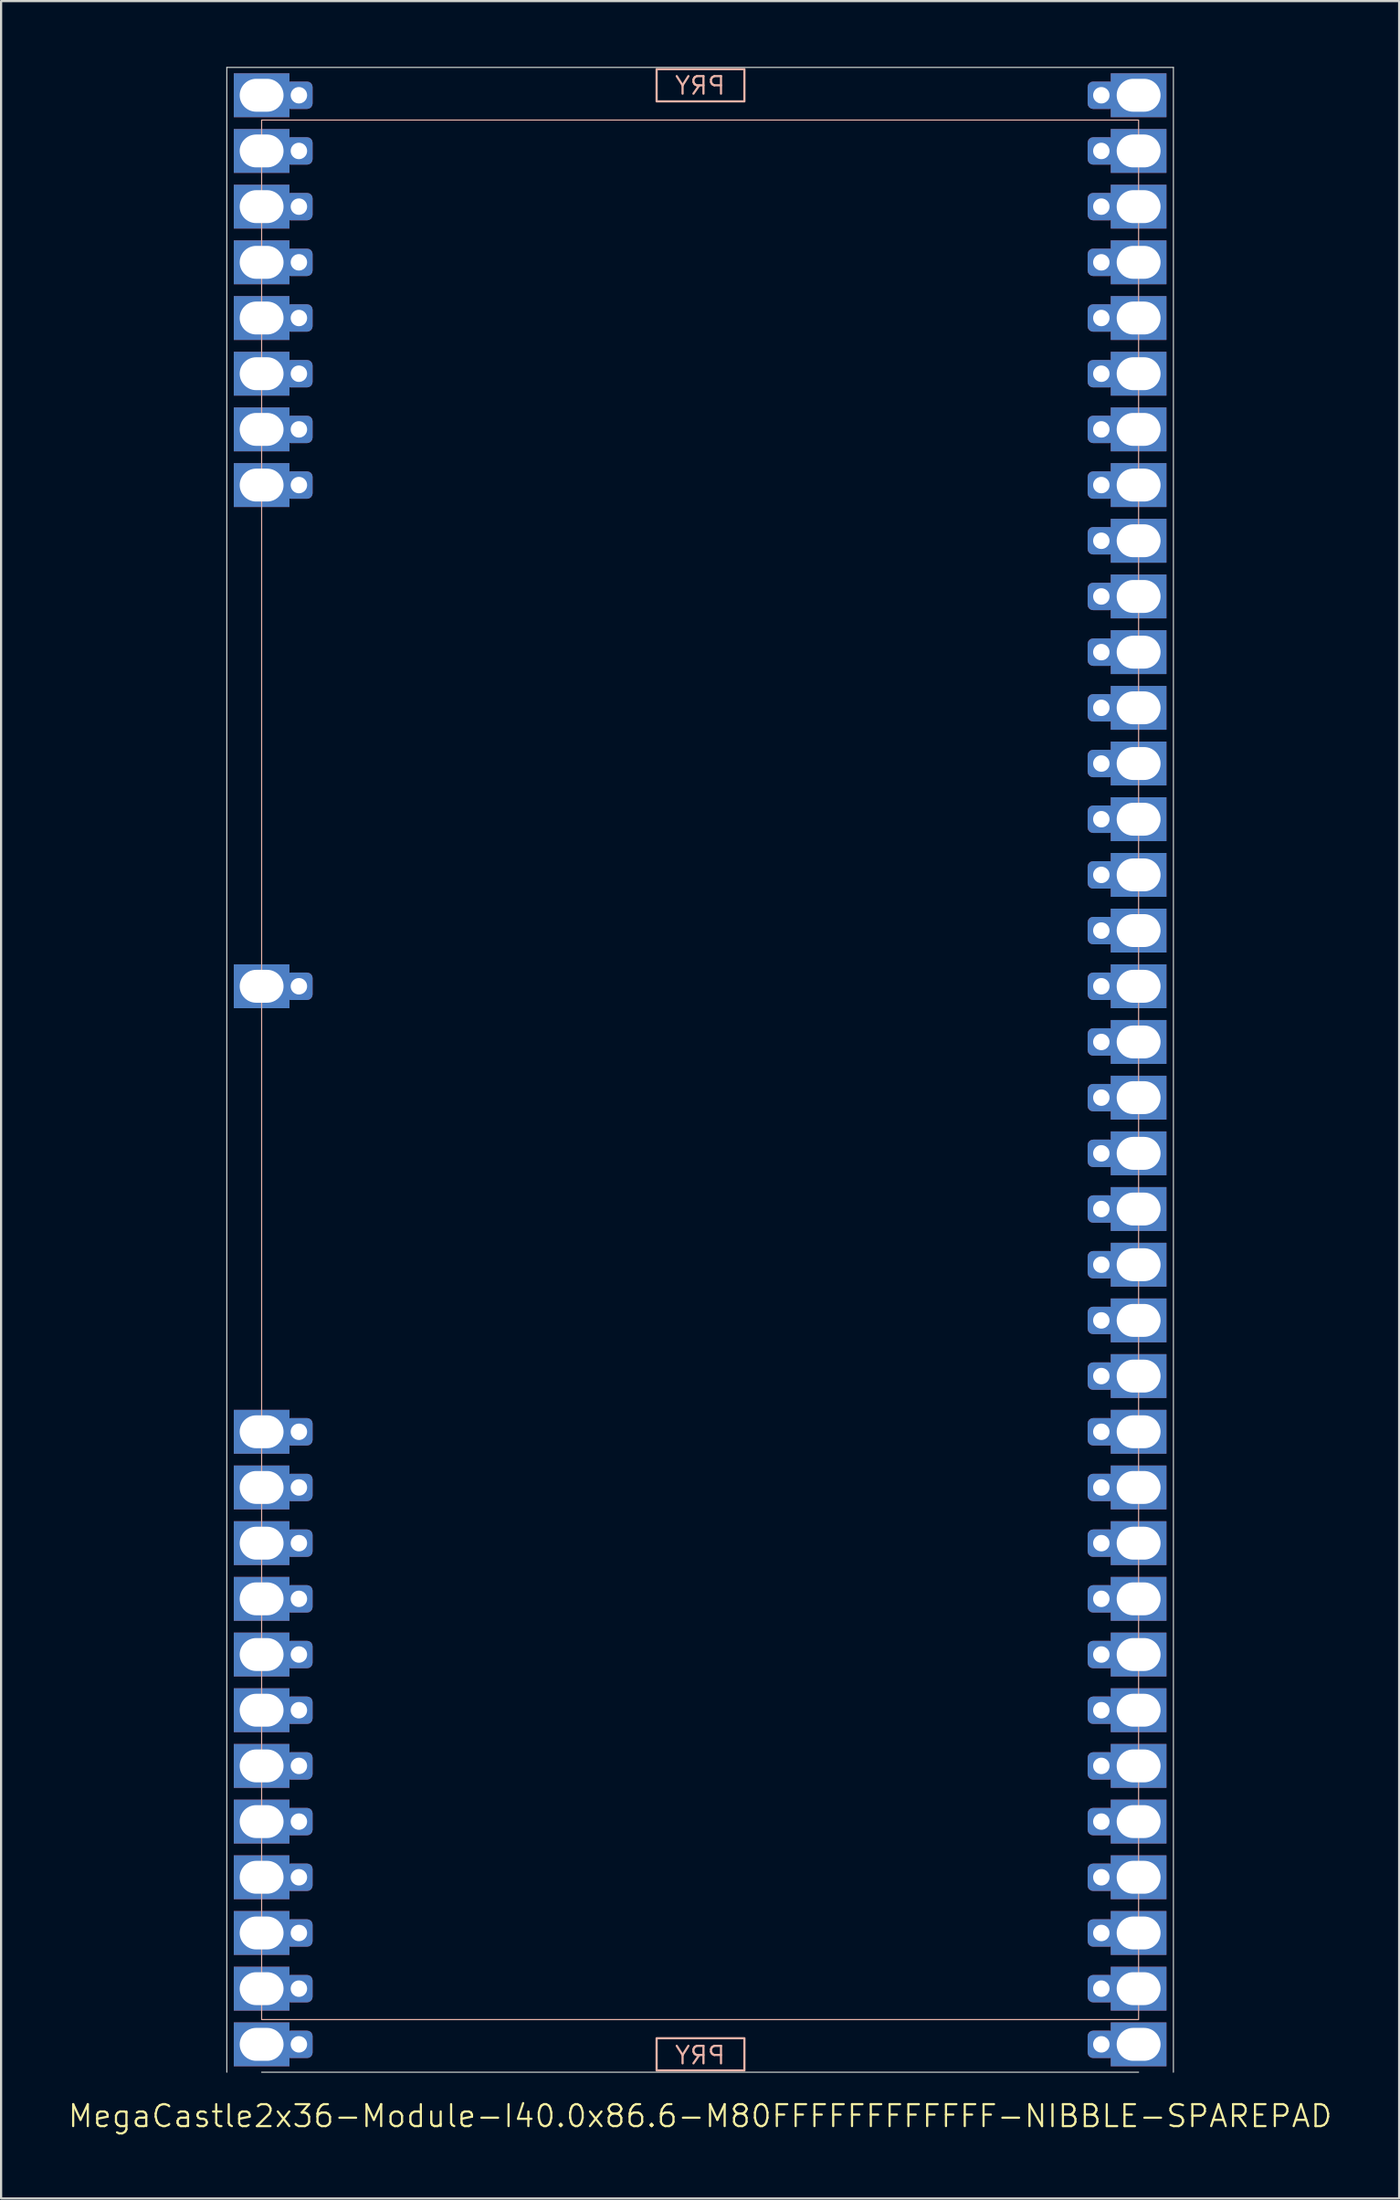
<source format=kicad_pcb>
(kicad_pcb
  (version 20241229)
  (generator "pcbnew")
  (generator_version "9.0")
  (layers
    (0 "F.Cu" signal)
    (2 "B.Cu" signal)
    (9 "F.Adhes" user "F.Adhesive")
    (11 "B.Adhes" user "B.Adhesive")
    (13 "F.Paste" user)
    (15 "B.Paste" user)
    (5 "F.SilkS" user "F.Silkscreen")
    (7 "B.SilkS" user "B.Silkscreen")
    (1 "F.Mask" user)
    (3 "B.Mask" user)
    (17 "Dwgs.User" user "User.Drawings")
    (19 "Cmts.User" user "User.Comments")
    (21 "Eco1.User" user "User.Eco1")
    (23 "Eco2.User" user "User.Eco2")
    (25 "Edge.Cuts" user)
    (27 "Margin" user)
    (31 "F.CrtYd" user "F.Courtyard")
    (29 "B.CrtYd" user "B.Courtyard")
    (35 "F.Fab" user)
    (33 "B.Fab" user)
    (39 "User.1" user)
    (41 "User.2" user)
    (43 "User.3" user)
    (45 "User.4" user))
  (footprint "MegaCastle2x36-Module-I40.0x86.6-M80FFFFFFFFFFFF-NIBBLE-SPAREPAD"
    (layer "F.Cu")
    (at 28.883 45.745)
    (property "Reference" "MegaCastle2x36-Module-I40.0x86.6-M80FFFFFFFFFFFF-NIBBLE-SPAREPAD" (at 0 47.72 0) (unlocked yes) (layer "F.SilkS") (effects (font (size 1 1) (thickness 0.1))))
    (attr smd)
    (fp_rect (start -20 43.32) (end 20 -43.32) (stroke (width 0.05) (type default)) (fill no) (layer "B.SilkS"))
    (fp_rect (start -1.984 -44.171) (end 2.02 -45.64) (stroke (width 0.1) (type default)) (fill no) (layer "B.SilkS"))
    (fp_rect (start -1.984 44.171) (end 2.02 45.64) (stroke (width 0.1) (type default)) (fill no) (layer "B.SilkS"))
    (fp_line (start -21.587 -45.72) (end -21.587 45.72) (stroke (width 0.05) (type default)) (layer "Edge.Cuts"))
    (fp_line (start -21.587 -45.72) (end 21.587 -45.72) (stroke (width 0.05) (type default)) (layer "Edge.Cuts"))
    (fp_line (start -20 45.72) (end 20 45.72) (stroke (width 0.05) (type default)) (layer "Edge.Cuts"))
    (fp_line (start 21.587 -45.72) (end 21.587 45.72) (stroke (width 0.05) (type default)) (layer "Edge.Cuts"))
    (fp_text user "PRY" (at 0 45.42 0) (unlocked yes) (layer "B.SilkS") (effects (font (size 0.8 0.8) (thickness 0.1)) (justify bottom mirror)))
    (fp_text user "PRY" (at 0 -44.42 0) (unlocked yes) (layer "B.SilkS") (effects (font (size 0.8 0.8) (thickness 0.1)) (justify bottom mirror)))
    (pad "1" thru_hole rect (at -20 -44.45) (size 2.54 2) (drill oval 2 1.5) (property pad_prop_castellated) (layers "*.Cu" "*.Mask"))
    (pad "1" thru_hole roundrect (at -18.3 -44.45 180) (size 1.25 1.25) (drill 0.75) (layers "*.Cu" "*.Mask") (roundrect_rratio 0.2))
    (pad "2" thru_hole rect (at -20 -41.91) (size 2.54 2) (drill oval 2 1.5) (property pad_prop_castellated) (layers "*.Cu" "*.Mask"))
    (pad "2" thru_hole roundrect (at -18.3 -41.91 180) (size 1.25 1.25) (drill 0.75) (layers "*.Cu" "*.Mask") (roundrect_rratio 0.2))
    (pad "3" thru_hole rect (at -20 -39.37) (size 2.54 2) (drill oval 2 1.5) (property pad_prop_castellated) (layers "*.Cu" "*.Mask"))
    (pad "3" thru_hole roundrect (at -18.3 -39.37 180) (size 1.25 1.25) (drill 0.75) (layers "*.Cu" "*.Mask") (roundrect_rratio 0.2))
    (pad "4" thru_hole rect (at -20 -36.83) (size 2.54 2) (drill oval 2 1.5) (property pad_prop_castellated) (layers "*.Cu" "*.Mask"))
    (pad "4" thru_hole roundrect (at -18.3 -36.83 180) (size 1.25 1.25) (drill 0.75) (layers "*.Cu" "*.Mask") (roundrect_rratio 0.2))
    (pad "5" thru_hole rect (at -20 -34.29) (size 2.54 2) (drill oval 2 1.5) (property pad_prop_castellated) (layers "*.Cu" "*.Mask"))
    (pad "5" thru_hole roundrect (at -18.3 -34.29 180) (size 1.25 1.25) (drill 0.75) (layers "*.Cu" "*.Mask") (roundrect_rratio 0.2))
    (pad "6" thru_hole rect (at -20 -31.75) (size 2.54 2) (drill oval 2 1.5) (property pad_prop_castellated) (layers "*.Cu" "*.Mask"))
    (pad "6" thru_hole roundrect (at -18.3 -31.75 180) (size 1.25 1.25) (drill 0.75) (layers "*.Cu" "*.Mask") (roundrect_rratio 0.2))
    (pad "7" thru_hole rect (at -20 -29.21) (size 2.54 2) (drill oval 2 1.5) (property pad_prop_castellated) (layers "*.Cu" "*.Mask"))
    (pad "7" thru_hole roundrect (at -18.3 -29.21 180) (size 1.25 1.25) (drill 0.75) (layers "*.Cu" "*.Mask") (roundrect_rratio 0.2))
    (pad "8" thru_hole rect (at -20 -26.67) (size 2.54 2) (drill oval 2 1.5) (property pad_prop_castellated) (layers "*.Cu" "*.Mask"))
    (pad "8" thru_hole roundrect (at -18.3 -26.67 180) (size 1.25 1.25) (drill 0.75) (layers "*.Cu" "*.Mask") (roundrect_rratio 0.2))
    (pad "17" thru_hole rect (at -20 -3.81) (size 2.54 2) (drill oval 2 1.5) (property pad_prop_castellated) (layers "*.Cu" "*.Mask"))
    (pad "17" thru_hole roundrect (at -18.3 -3.81 180) (size 1.25 1.25) (drill 0.75) (layers "*.Cu" "*.Mask") (roundrect_rratio 0.2))
    (pad "25" thru_hole rect (at -20 16.51) (size 2.54 2) (drill oval 2 1.5) (property pad_prop_castellated) (layers "*.Cu" "*.Mask"))
    (pad "25" thru_hole roundrect (at -18.3 16.51 180) (size 1.25 1.25) (drill 0.75) (layers "*.Cu" "*.Mask") (roundrect_rratio 0.2))
    (pad "26" thru_hole rect (at -20 19.05) (size 2.54 2) (drill oval 2 1.5) (property pad_prop_castellated) (layers "*.Cu" "*.Mask"))
    (pad "26" thru_hole roundrect (at -18.3 19.05 180) (size 1.25 1.25) (drill 0.75) (layers "*.Cu" "*.Mask") (roundrect_rratio 0.2))
    (pad "27" thru_hole rect (at -20 21.59) (size 2.54 2) (drill oval 2 1.5) (property pad_prop_castellated) (layers "*.Cu" "*.Mask"))
    (pad "27" thru_hole roundrect (at -18.3 21.59 180) (size 1.25 1.25) (drill 0.75) (layers "*.Cu" "*.Mask") (roundrect_rratio 0.2))
    (pad "28" thru_hole rect (at -20 24.13) (size 2.54 2) (drill oval 2 1.5) (property pad_prop_castellated) (layers "*.Cu" "*.Mask"))
    (pad "28" thru_hole roundrect (at -18.3 24.13 180) (size 1.25 1.25) (drill 0.75) (layers "*.Cu" "*.Mask") (roundrect_rratio 0.2))
    (pad "29" thru_hole rect (at -20 26.67) (size 2.54 2) (drill oval 2 1.5) (property pad_prop_castellated) (layers "*.Cu" "*.Mask"))
    (pad "29" thru_hole roundrect (at -18.3 26.67 180) (size 1.25 1.25) (drill 0.75) (layers "*.Cu" "*.Mask") (roundrect_rratio 0.2))
    (pad "30" thru_hole rect (at -20 29.21) (size 2.54 2) (drill oval 2 1.5) (property pad_prop_castellated) (layers "*.Cu" "*.Mask"))
    (pad "30" thru_hole roundrect (at -18.3 29.21 180) (size 1.25 1.25) (drill 0.75) (layers "*.Cu" "*.Mask") (roundrect_rratio 0.2))
    (pad "31" thru_hole rect (at -20 31.75) (size 2.54 2) (drill oval 2 1.5) (property pad_prop_castellated) (layers "*.Cu" "*.Mask"))
    (pad "31" thru_hole roundrect (at -18.3 31.75 180) (size 1.25 1.25) (drill 0.75) (layers "*.Cu" "*.Mask") (roundrect_rratio 0.2))
    (pad "32" thru_hole rect (at -20 34.29) (size 2.54 2) (drill oval 2 1.5) (property pad_prop_castellated) (layers "*.Cu" "*.Mask"))
    (pad "32" thru_hole roundrect (at -18.3 34.29 180) (size 1.25 1.25) (drill 0.75) (layers "*.Cu" "*.Mask") (roundrect_rratio 0.2))
    (pad "33" thru_hole rect (at -20 36.83) (size 2.54 2) (drill oval 2 1.5) (property pad_prop_castellated) (layers "*.Cu" "*.Mask"))
    (pad "33" thru_hole roundrect (at -18.3 36.83 180) (size 1.25 1.25) (drill 0.75) (layers "*.Cu" "*.Mask") (roundrect_rratio 0.2))
    (pad "34" thru_hole rect (at -20 39.37) (size 2.54 2) (drill oval 2 1.5) (property pad_prop_castellated) (layers "*.Cu" "*.Mask"))
    (pad "34" thru_hole roundrect (at -18.3 39.37 180) (size 1.25 1.25) (drill 0.75) (layers "*.Cu" "*.Mask") (roundrect_rratio 0.2))
    (pad "35" thru_hole rect (at -20 41.91) (size 2.54 2) (drill oval 2 1.5) (property pad_prop_castellated) (layers "*.Cu" "*.Mask"))
    (pad "35" thru_hole roundrect (at -18.3 41.91 180) (size 1.25 1.25) (drill 0.75) (layers "*.Cu" "*.Mask") (roundrect_rratio 0.2))
    (pad "36" thru_hole rect (at -20 44.45) (size 2.54 2) (drill oval 2 1.5) (property pad_prop_castellated) (layers "*.Cu" "*.Mask"))
    (pad "36" thru_hole roundrect (at -18.3 44.45 180) (size 1.25 1.25) (drill 0.75) (layers "*.Cu" "*.Mask") (roundrect_rratio 0.2))
    (pad "37" thru_hole roundrect (at 18.3 -44.45 180) (size 1.25 1.25) (drill 0.75) (layers "*.Cu" "*.Mask") (roundrect_rratio 0.2))
    (pad "37" thru_hole rect (at 20 -44.45) (size 2.54 2) (drill oval 2 1.5) (property pad_prop_castellated) (layers "*.Cu" "*.Mask"))
    (pad "38" thru_hole roundrect (at 18.3 -41.91 180) (size 1.25 1.25) (drill 0.75) (layers "*.Cu" "*.Mask") (roundrect_rratio 0.2))
    (pad "38" thru_hole rect (at 20 -41.91) (size 2.54 2) (drill oval 2 1.5) (property pad_prop_castellated) (layers "*.Cu" "*.Mask"))
    (pad "39" thru_hole roundrect (at 18.3 -39.37 180) (size 1.25 1.25) (drill 0.75) (layers "*.Cu" "*.Mask") (roundrect_rratio 0.2))
    (pad "39" thru_hole rect (at 20 -39.37) (size 2.54 2) (drill oval 2 1.5) (property pad_prop_castellated) (layers "*.Cu" "*.Mask"))
    (pad "40" thru_hole roundrect (at 18.3 -36.83 180) (size 1.25 1.25) (drill 0.75) (layers "*.Cu" "*.Mask") (roundrect_rratio 0.2))
    (pad "40" thru_hole rect (at 20 -36.83) (size 2.54 2) (drill oval 2 1.5) (property pad_prop_castellated) (layers "*.Cu" "*.Mask"))
    (pad "41" thru_hole roundrect (at 18.3 -34.29 180) (size 1.25 1.25) (drill 0.75) (layers "*.Cu" "*.Mask") (roundrect_rratio 0.2))
    (pad "41" thru_hole rect (at 20 -34.29) (size 2.54 2) (drill oval 2 1.5) (property pad_prop_castellated) (layers "*.Cu" "*.Mask"))
    (pad "42" thru_hole roundrect (at 18.3 -31.75 180) (size 1.25 1.25) (drill 0.75) (layers "*.Cu" "*.Mask") (roundrect_rratio 0.2))
    (pad "42" thru_hole rect (at 20 -31.75) (size 2.54 2) (drill oval 2 1.5) (property pad_prop_castellated) (layers "*.Cu" "*.Mask"))
    (pad "43" thru_hole roundrect (at 18.3 -29.21 180) (size 1.25 1.25) (drill 0.75) (layers "*.Cu" "*.Mask") (roundrect_rratio 0.2))
    (pad "43" thru_hole rect (at 20 -29.21) (size 2.54 2) (drill oval 2 1.5) (property pad_prop_castellated) (layers "*.Cu" "*.Mask"))
    (pad "44" thru_hole roundrect (at 18.3 -26.67 180) (size 1.25 1.25) (drill 0.75) (layers "*.Cu" "*.Mask") (roundrect_rratio 0.2))
    (pad "44" thru_hole rect (at 20 -26.67) (size 2.54 2) (drill oval 2 1.5) (property pad_prop_castellated) (layers "*.Cu" "*.Mask"))
    (pad "45" thru_hole roundrect (at 18.3 -24.13 180) (size 1.25 1.25) (drill 0.75) (layers "*.Cu" "*.Mask") (roundrect_rratio 0.2))
    (pad "45" thru_hole rect (at 20 -24.13) (size 2.54 2) (drill oval 2 1.5) (property pad_prop_castellated) (layers "*.Cu" "*.Mask"))
    (pad "46" thru_hole roundrect (at 18.3 -21.59 180) (size 1.25 1.25) (drill 0.75) (layers "*.Cu" "*.Mask") (roundrect_rratio 0.2))
    (pad "46" thru_hole rect (at 20 -21.59) (size 2.54 2) (drill oval 2 1.5) (property pad_prop_castellated) (layers "*.Cu" "*.Mask"))
    (pad "47" thru_hole roundrect (at 18.3 -19.05 180) (size 1.25 1.25) (drill 0.75) (layers "*.Cu" "*.Mask") (roundrect_rratio 0.2))
    (pad "47" thru_hole rect (at 20 -19.05) (size 2.54 2) (drill oval 2 1.5) (property pad_prop_castellated) (layers "*.Cu" "*.Mask"))
    (pad "48" thru_hole roundrect (at 18.3 -16.51 180) (size 1.25 1.25) (drill 0.75) (layers "*.Cu" "*.Mask") (roundrect_rratio 0.2))
    (pad "48" thru_hole rect (at 20 -16.51) (size 2.54 2) (drill oval 2 1.5) (property pad_prop_castellated) (layers "*.Cu" "*.Mask"))
    (pad "49" thru_hole roundrect (at 18.3 -13.97 180) (size 1.25 1.25) (drill 0.75) (layers "*.Cu" "*.Mask") (roundrect_rratio 0.2))
    (pad "49" thru_hole rect (at 20 -13.97) (size 2.54 2) (drill oval 2 1.5) (property pad_prop_castellated) (layers "*.Cu" "*.Mask"))
    (pad "50" thru_hole roundrect (at 18.3 -11.43 180) (size 1.25 1.25) (drill 0.75) (layers "*.Cu" "*.Mask") (roundrect_rratio 0.2))
    (pad "50" thru_hole rect (at 20 -11.43) (size 2.54 2) (drill oval 2 1.5) (property pad_prop_castellated) (layers "*.Cu" "*.Mask"))
    (pad "51" thru_hole roundrect (at 18.3 -8.89 180) (size 1.25 1.25) (drill 0.75) (layers "*.Cu" "*.Mask") (roundrect_rratio 0.2))
    (pad "51" thru_hole rect (at 20 -8.89) (size 2.54 2) (drill oval 2 1.5) (property pad_prop_castellated) (layers "*.Cu" "*.Mask"))
    (pad "52" thru_hole roundrect (at 18.3 -6.35 180) (size 1.25 1.25) (drill 0.75) (layers "*.Cu" "*.Mask") (roundrect_rratio 0.2))
    (pad "52" thru_hole rect (at 20 -6.35) (size 2.54 2) (drill oval 2 1.5) (property pad_prop_castellated) (layers "*.Cu" "*.Mask"))
    (pad "53" thru_hole roundrect (at 18.3 -3.81 180) (size 1.25 1.25) (drill 0.75) (layers "*.Cu" "*.Mask") (roundrect_rratio 0.2))
    (pad "53" thru_hole rect (at 20 -3.81) (size 2.54 2) (drill oval 2 1.5) (property pad_prop_castellated) (layers "*.Cu" "*.Mask"))
    (pad "54" thru_hole roundrect (at 18.3 -1.27 180) (size 1.25 1.25) (drill 0.75) (layers "*.Cu" "*.Mask") (roundrect_rratio 0.2))
    (pad "54" thru_hole rect (at 20 -1.27) (size 2.54 2) (drill oval 2 1.5) (property pad_prop_castellated) (layers "*.Cu" "*.Mask"))
    (pad "55" thru_hole roundrect (at 18.3 1.27 180) (size 1.25 1.25) (drill 0.75) (layers "*.Cu" "*.Mask") (roundrect_rratio 0.2))
    (pad "55" thru_hole rect (at 20 1.27) (size 2.54 2) (drill oval 2 1.5) (property pad_prop_castellated) (layers "*.Cu" "*.Mask"))
    (pad "56" thru_hole roundrect (at 18.3 3.81 180) (size 1.25 1.25) (drill 0.75) (layers "*.Cu" "*.Mask") (roundrect_rratio 0.2))
    (pad "56" thru_hole rect (at 20 3.81) (size 2.54 2) (drill oval 2 1.5) (property pad_prop_castellated) (layers "*.Cu" "*.Mask"))
    (pad "57" thru_hole roundrect (at 18.3 6.35 180) (size 1.25 1.25) (drill 0.75) (layers "*.Cu" "*.Mask") (roundrect_rratio 0.2))
    (pad "57" thru_hole rect (at 20 6.35) (size 2.54 2) (drill oval 2 1.5) (property pad_prop_castellated) (layers "*.Cu" "*.Mask"))
    (pad "58" thru_hole roundrect (at 18.3 8.89 180) (size 1.25 1.25) (drill 0.75) (layers "*.Cu" "*.Mask") (roundrect_rratio 0.2))
    (pad "58" thru_hole rect (at 20 8.89) (size 2.54 2) (drill oval 2 1.5) (property pad_prop_castellated) (layers "*.Cu" "*.Mask"))
    (pad "59" thru_hole roundrect (at 18.3 11.43 180) (size 1.25 1.25) (drill 0.75) (layers "*.Cu" "*.Mask") (roundrect_rratio 0.2))
    (pad "59" thru_hole rect (at 20 11.43) (size 2.54 2) (drill oval 2 1.5) (property pad_prop_castellated) (layers "*.Cu" "*.Mask"))
    (pad "60" thru_hole roundrect (at 18.3 13.97 180) (size 1.25 1.25) (drill 0.75) (layers "*.Cu" "*.Mask") (roundrect_rratio 0.2))
    (pad "60" thru_hole rect (at 20 13.97) (size 2.54 2) (drill oval 2 1.5) (property pad_prop_castellated) (layers "*.Cu" "*.Mask"))
    (pad "61" thru_hole roundrect (at 18.3 16.51 180) (size 1.25 1.25) (drill 0.75) (layers "*.Cu" "*.Mask") (roundrect_rratio 0.2))
    (pad "61" thru_hole rect (at 20 16.51) (size 2.54 2) (drill oval 2 1.5) (property pad_prop_castellated) (layers "*.Cu" "*.Mask"))
    (pad "62" thru_hole roundrect (at 18.3 19.05 180) (size 1.25 1.25) (drill 0.75) (layers "*.Cu" "*.Mask") (roundrect_rratio 0.2))
    (pad "62" thru_hole rect (at 20 19.05) (size 2.54 2) (drill oval 2 1.5) (property pad_prop_castellated) (layers "*.Cu" "*.Mask"))
    (pad "63" thru_hole roundrect (at 18.3 21.59 180) (size 1.25 1.25) (drill 0.75) (layers "*.Cu" "*.Mask") (roundrect_rratio 0.2))
    (pad "63" thru_hole rect (at 20 21.59) (size 2.54 2) (drill oval 2 1.5) (property pad_prop_castellated) (layers "*.Cu" "*.Mask"))
    (pad "64" thru_hole roundrect (at 18.3 24.13 180) (size 1.25 1.25) (drill 0.75) (layers "*.Cu" "*.Mask") (roundrect_rratio 0.2))
    (pad "64" thru_hole rect (at 20 24.13) (size 2.54 2) (drill oval 2 1.5) (property pad_prop_castellated) (layers "*.Cu" "*.Mask"))
    (pad "65" thru_hole roundrect (at 18.3 26.67 180) (size 1.25 1.25) (drill 0.75) (layers "*.Cu" "*.Mask") (roundrect_rratio 0.2))
    (pad "65" thru_hole rect (at 20 26.67) (size 2.54 2) (drill oval 2 1.5) (property pad_prop_castellated) (layers "*.Cu" "*.Mask"))
    (pad "66" thru_hole roundrect (at 18.3 29.21 180) (size 1.25 1.25) (drill 0.75) (layers "*.Cu" "*.Mask") (roundrect_rratio 0.2))
    (pad "66" thru_hole rect (at 20 29.21) (size 2.54 2) (drill oval 2 1.5) (property pad_prop_castellated) (layers "*.Cu" "*.Mask"))
    (pad "67" thru_hole roundrect (at 18.3 31.75 180) (size 1.25 1.25) (drill 0.75) (layers "*.Cu" "*.Mask") (roundrect_rratio 0.2))
    (pad "67" thru_hole rect (at 20 31.75) (size 2.54 2) (drill oval 2 1.5) (property pad_prop_castellated) (layers "*.Cu" "*.Mask"))
    (pad "68" thru_hole roundrect (at 18.3 34.29 180) (size 1.25 1.25) (drill 0.75) (layers "*.Cu" "*.Mask") (roundrect_rratio 0.2))
    (pad "68" thru_hole rect (at 20 34.29) (size 2.54 2) (drill oval 2 1.5) (property pad_prop_castellated) (layers "*.Cu" "*.Mask"))
    (pad "69" thru_hole roundrect (at 18.3 36.83 180) (size 1.25 1.25) (drill 0.75) (layers "*.Cu" "*.Mask") (roundrect_rratio 0.2))
    (pad "69" thru_hole rect (at 20 36.83) (size 2.54 2) (drill oval 2 1.5) (property pad_prop_castellated) (layers "*.Cu" "*.Mask"))
    (pad "70" thru_hole roundrect (at 18.3 39.37 180) (size 1.25 1.25) (drill 0.75) (layers "*.Cu" "*.Mask") (roundrect_rratio 0.2))
    (pad "70" thru_hole rect (at 20 39.37) (size 2.54 2) (drill oval 2 1.5) (property pad_prop_castellated) (layers "*.Cu" "*.Mask"))
    (pad "71" thru_hole roundrect (at 18.3 41.91 180) (size 1.25 1.25) (drill 0.75) (layers "*.Cu" "*.Mask") (roundrect_rratio 0.2))
    (pad "71" thru_hole rect (at 20 41.91) (size 2.54 2) (drill oval 2 1.5) (property pad_prop_castellated) (layers "*.Cu" "*.Mask"))
    (pad "72" thru_hole roundrect (at 18.3 44.45 180) (size 1.25 1.25) (drill 0.75) (layers "*.Cu" "*.Mask") (roundrect_rratio 0.2))
    (pad "72" thru_hole rect (at 20 44.45) (size 2.54 2) (drill oval 2 1.5) (property pad_prop_castellated) (layers "*.Cu" "*.Mask"))
    (zone (net_name "") (layer "B.Cu") (hatch edge 0.5) (connect_pads) (min_thickness 0.25) (filled_areas_thickness no) (keepout (tracks allowed) (vias allowed) (pads allowed) (copperpour allowed) (footprints not_allowed)) (placement (enabled no)) (fill) (polygon (pts (xy 8.883 91.465) (xy 8.883 0.025))))
    (zone (net_name "") (layer "B.Cu") (hatch edge 0.5) (connect_pads) (min_thickness 0.25) (filled_areas_thickness no) (keepout (tracks allowed) (vias allowed) (pads allowed) (copperpour allowed) (footprints not_allowed)) (placement (enabled no)) (fill) (polygon (pts (xy 48.883 91.465) (xy 48.883 0.025))))
    (zone (net_name "") (layer "B.Cu") (hatch edge 0.5) (connect_pads) (min_thickness 0.25) (filled_areas_thickness no) (keepout (tracks allowed) (vias allowed) (pads allowed) (copperpour allowed) (footprints not_allowed)) (placement (enabled no)) (fill) (polygon (pts (xy 8.883 0.025) (xy 8.883 2.425) (xy 48.883 2.425) (xy 48.883 0.025))))
    (zone (net_name "") (layer "B.Cu") (hatch edge 0.5) (connect_pads) (min_thickness 0.25) (filled_areas_thickness no) (keepout (tracks allowed) (vias allowed) (pads allowed) (copperpour allowed) (footprints not_allowed)) (placement (enabled no)) (fill) (polygon (pts (xy 8.883 91.465) (xy 8.883 89.065) (xy 48.883 89.065) (xy 48.883 91.465))))
    (zone (net_name "") (layer "B.Cu") (name "Upper Pry Zone") (hatch edge 0.5) (connect_pads) (min_thickness 0.25) (filled_areas_thickness no) (keepout (tracks not_allowed) (vias not_allowed) (pads not_allowed) (copperpour allowed) (footprints not_allowed)) (placement (enabled no)) (fill) (polygon (pts (xy 26.899 1.574) (xy 26.899 0.105) (xy 30.903 0.105) (xy 30.903 1.574))))
    (zone (net_name "") (layer "B.Cu") (name "Upper Pry Zone") (hatch edge 0.5) (connect_pads) (min_thickness 0.25) (filled_areas_thickness no) (keepout (tracks not_allowed) (vias not_allowed) (pads not_allowed) (copperpour allowed) (footprints not_allowed)) (placement (enabled no)) (fill) (polygon (pts (xy 26.899 89.916) (xy 26.899 91.385) (xy 30.903 91.385) (xy 30.903 89.916)))))
  (gr_rect
    (start -3 -3)
    (end 60.767 97.226)
    (stroke (width 0.1) (type default))
    (fill no)
    (layer "Edge.Cuts")))
</source>
